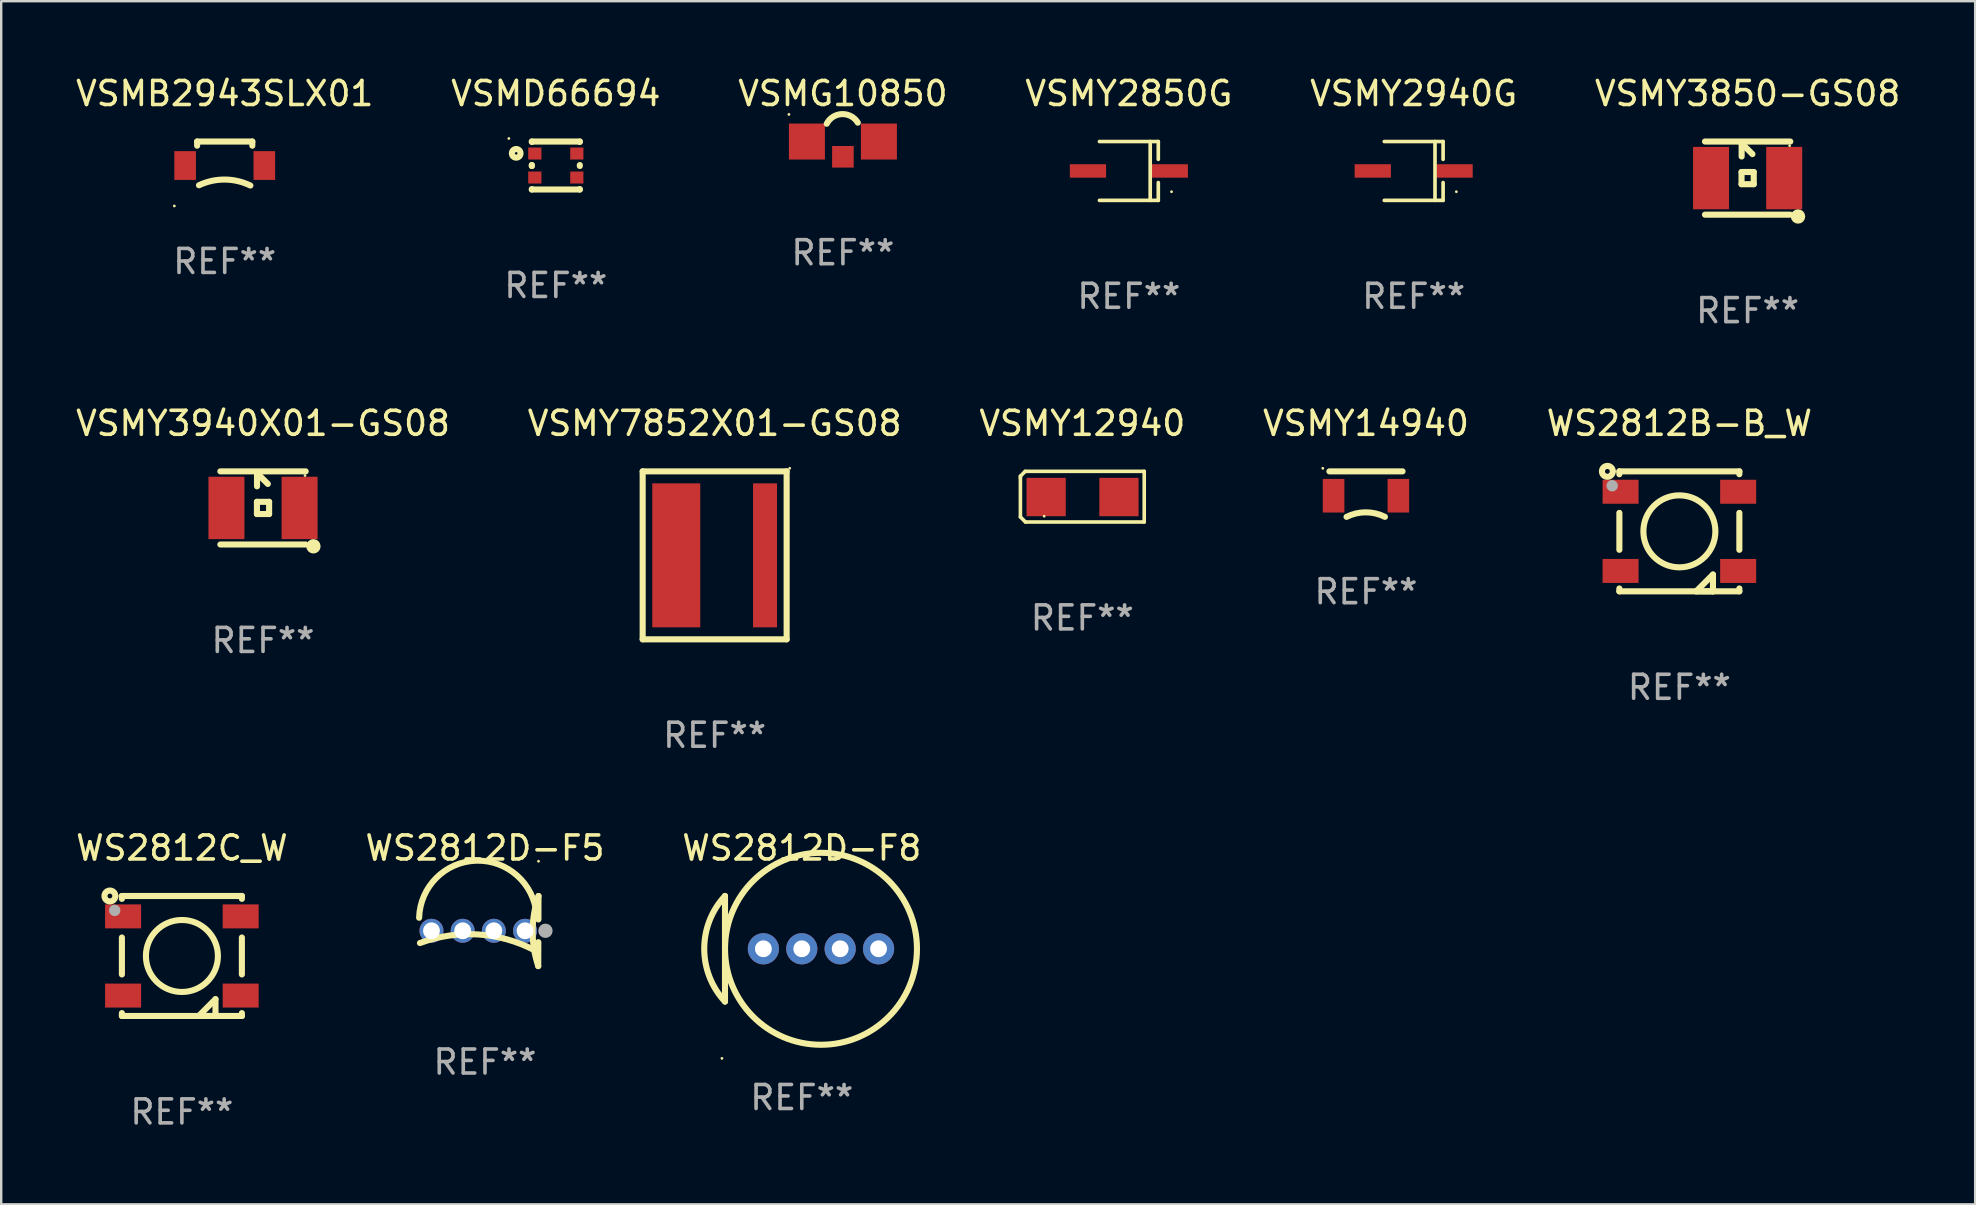
<source format=kicad_pcb>
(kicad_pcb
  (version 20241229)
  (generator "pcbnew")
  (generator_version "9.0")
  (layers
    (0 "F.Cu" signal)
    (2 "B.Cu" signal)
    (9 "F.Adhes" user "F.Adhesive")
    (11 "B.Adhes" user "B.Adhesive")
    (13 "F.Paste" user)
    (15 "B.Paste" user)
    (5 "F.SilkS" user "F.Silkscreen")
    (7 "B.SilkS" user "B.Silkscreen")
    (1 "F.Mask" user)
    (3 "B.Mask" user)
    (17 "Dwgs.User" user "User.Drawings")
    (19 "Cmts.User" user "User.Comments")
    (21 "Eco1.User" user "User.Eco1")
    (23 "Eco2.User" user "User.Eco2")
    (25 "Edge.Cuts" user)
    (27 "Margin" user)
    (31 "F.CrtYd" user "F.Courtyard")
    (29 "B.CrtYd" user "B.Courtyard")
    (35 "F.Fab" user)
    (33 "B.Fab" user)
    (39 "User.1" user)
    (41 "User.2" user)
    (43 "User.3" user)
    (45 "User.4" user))
  (footprint "WS2812D-F8"
    (layer "F.Cu")
    (at 30.363 36.489)
    (property "Reference" "WS2812D-F8" (at 0 -4.2 0) (layer "F.SilkS") (effects (font (size 1 1) (thickness 0.15))))
    (attr through_hole)
    (fp_line (start -3.2 -2.2) (end -3.2 2.2) (stroke (width 0.254) (type solid)) (layer "F.SilkS"))
    (fp_arc (start -3.200025 2.199898) (mid -4.064938 0) (end -3.200025 -2.199898) (stroke (width 0.254001) (type solid)) (layer "F.SilkS"))
    (fp_circle (center -3.327 4.566) (end -3.297 4.566) (stroke (width 0.06) (type solid)) (fill no) (layer "F.SilkS"))
    (fp_circle (center 0.8 0) (end 4.8 0) (stroke (width 0.254) (type solid)) (fill no) (layer "F.SilkS"))
    (fp_text user "REF**" (at 0 6.2 0) (layer "F.Fab") (effects (font (size 1 1) (thickness 0.15))))
    (pad "1" thru_hole circle (at -1.6 0) (size 1.3 1.3) (drill 0.7) (layers "*.Cu" "*.Mask"))
    (pad "2" thru_hole circle (at -0.000127 0) (size 1.3 1.3) (drill 0.7) (layers "*.Cu" "*.Mask"))
    (pad "3" thru_hole circle (at 1.6 0) (size 1.3 1.3) (drill 0.7) (layers "*.Cu" "*.Mask"))
    (pad "4" thru_hole circle (at 3.2 0) (size 1.3 1.3) (drill 0.7) (layers "*.Cu" "*.Mask")))
  (footprint "VSMY14940"
    (layer "F.Cu")
    (at 53.875 17.101)
    (property "Reference" "VSMY14940" (at 0 -2.508 0) (layer "F.SilkS") (effects (font (size 1 1) (thickness 0.15))))
    (attr through_hole)
    (fp_line (start 1.524 -0.508) (end -1.524 -0.508) (stroke (width 0.254) (type solid)) (layer "F.SilkS"))
    (fp_arc (start -0.809919 1.388062) (mid -0.009919 1.199208) (end 0.790081 1.388062) (stroke (width 0.254001) (type solid)) (layer "F.SilkS"))
    (fp_circle (center -1.8 -0.635) (end -1.77 -0.635) (stroke (width 0.06) (type solid)) (fill no) (layer "F.SilkS"))
    (fp_text user "REF**" (at 0 4.508 0) (layer "F.Fab") (effects (font (size 1 1) (thickness 0.15))))
    (pad "1" smd rect (at -1.35 0.508 90) (size 1.4 0.9) (layers "F.Cu" "F.Mask" "F.Paste"))
    (pad "2" smd rect (at 1.35 0.508 90) (size 1.4 0.9) (layers "F.Cu" "F.Mask" "F.Paste")))
  (footprint "WS2812B-B_W"
    (layer "F.Cu")
    (at 66.935 19.093)
    (property "Reference" "WS2812B-B_W" (at 0 -4.5 0) (layer "F.SilkS") (effects (font (size 1 1) (thickness 0.15))))
    (attr through_hole)
    (fp_line (start -2.5 -2.5) (end 2.5 -2.5) (stroke (width 0.254) (type solid)) (layer "F.SilkS"))
    (fp_line (start -2.5 -2.38) (end -2.5 -2.5) (stroke (width 0.254) (type solid)) (layer "F.SilkS"))
    (fp_line (start -2.5 0.77) (end -2.5 -0.77) (stroke (width 0.254) (type solid)) (layer "F.SilkS"))
    (fp_line (start -2.5 2.5) (end -2.5 2.38) (stroke (width 0.254) (type solid)) (layer "F.SilkS"))
    (fp_line (start 0.7 2.5) (end 1.4 1.8) (stroke (width 0.254) (type solid)) (layer "F.SilkS"))
    (fp_line (start 1.4 1.8) (end 1.4 2.5) (stroke (width 0.254) (type solid)) (layer "F.SilkS"))
    (fp_line (start 1.4 2.5) (end 0.7 2.5) (stroke (width 0.254) (type solid)) (layer "F.SilkS"))
    (fp_line (start 1.4 2.5) (end 1.4 2.5) (stroke (width 0.254) (type solid)) (layer "F.SilkS"))
    (fp_line (start 2.5 -2.5) (end 2.5 -2.38) (stroke (width 0.254) (type solid)) (layer "F.SilkS"))
    (fp_line (start 2.5 -0.77) (end 2.5 0.77) (stroke (width 0.254) (type solid)) (layer "F.SilkS"))
    (fp_line (start 2.5 2.38) (end 2.5 2.5) (stroke (width 0.254) (type solid)) (layer "F.SilkS"))
    (fp_line (start 2.5 2.5) (end -2.5 2.5) (stroke (width 0.254) (type solid)) (layer "F.SilkS"))
    (fp_circle (center -3 -2.5) (end -2.9 -2.5) (stroke (width 0.254) (type solid)) (fill no) (layer "F.SilkS"))
    (fp_circle (center -2.704 -2.5) (end -2.674 -2.5) (stroke (width 0.06) (type solid)) (fill no) (layer "F.SilkS"))
    (fp_circle (center 0.001 0.000013) (end 1.501 0.000013) (stroke (width 0.254) (type solid)) (fill no) (layer "F.SilkS"))
    (fp_circle (center -2.8 -1.9) (end -2.68 -1.9) (stroke (width 0.24) (type solid)) (fill no) (layer "F.Fab"))
    (fp_text user "REF**" (at 0 6.5 0) (layer "F.Fab") (effects (font (size 1 1) (thickness 0.15))))
    (pad "1" smd rect (at -2.45 -1.65 180) (size 1.5 1) (layers "F.Cu" "F.Mask" "F.Paste"))
    (pad "2" smd rect (at -2.45 1.65 180) (size 1.5 1) (layers "F.Cu" "F.Mask" "F.Paste"))
    (pad "3" smd rect (at 2.45 1.65 180) (size 1.5 1) (layers "F.Cu" "F.Mask" "F.Paste"))
    (pad "4" smd rect (at 2.45 -1.65 180) (size 1.5 1) (layers "F.Cu" "F.Mask" "F.Paste")))
  (footprint "WS2812C_W"
    (layer "F.Cu")
    (at 4.53 36.789)
    (property "Reference" "WS2812C_W" (at 0 -4.5 0) (layer "F.SilkS") (effects (font (size 1 1) (thickness 0.15))))
    (attr through_hole)
    (fp_line (start -2.5 -2.5) (end 2.5 -2.5) (stroke (width 0.254) (type solid)) (layer "F.SilkS"))
    (fp_line (start -2.5 -2.38) (end -2.5 -2.5) (stroke (width 0.254) (type solid)) (layer "F.SilkS"))
    (fp_line (start -2.5 0.77) (end -2.5 -0.77) (stroke (width 0.254) (type solid)) (layer "F.SilkS"))
    (fp_line (start -2.5 2.5) (end -2.5 2.38) (stroke (width 0.254) (type solid)) (layer "F.SilkS"))
    (fp_line (start 0.7 2.5) (end 1.4 1.8) (stroke (width 0.254) (type solid)) (layer "F.SilkS"))
    (fp_line (start 1.4 1.8) (end 1.4 2.5) (stroke (width 0.254) (type solid)) (layer "F.SilkS"))
    (fp_line (start 1.4 2.5) (end 0.7 2.5) (stroke (width 0.254) (type solid)) (layer "F.SilkS"))
    (fp_line (start 1.4 2.5) (end 1.4 2.5) (stroke (width 0.254) (type solid)) (layer "F.SilkS"))
    (fp_line (start 2.5 -2.5) (end 2.5 -2.38) (stroke (width 0.254) (type solid)) (layer "F.SilkS"))
    (fp_line (start 2.5 -0.77) (end 2.5 0.77) (stroke (width 0.254) (type solid)) (layer "F.SilkS"))
    (fp_line (start 2.5 2.38) (end 2.5 2.5) (stroke (width 0.254) (type solid)) (layer "F.SilkS"))
    (fp_line (start 2.5 2.5) (end -2.5 2.5) (stroke (width 0.254) (type solid)) (layer "F.SilkS"))
    (fp_circle (center -3 -2.5) (end -2.9 -2.5) (stroke (width 0.254) (type solid)) (fill no) (layer "F.SilkS"))
    (fp_circle (center -2.704 -2.5) (end -2.674 -2.5) (stroke (width 0.06) (type solid)) (fill no) (layer "F.SilkS"))
    (fp_circle (center 0.001 0.000013) (end 1.501 0.000013) (stroke (width 0.254) (type solid)) (fill no) (layer "F.SilkS"))
    (fp_circle (center -2.8 -1.9) (end -2.68 -1.9) (stroke (width 0.24) (type solid)) (fill no) (layer "F.Fab"))
    (fp_text user "REF**" (at 0 6.5 0) (layer "F.Fab") (effects (font (size 1 1) (thickness 0.15))))
    (pad "1" smd rect (at -2.45 -1.65 180) (size 1.5 1) (layers "F.Cu" "F.Mask" "F.Paste"))
    (pad "2" smd rect (at -2.45 1.65 180) (size 1.5 1) (layers "F.Cu" "F.Mask" "F.Paste"))
    (pad "3" smd rect (at 2.45 1.65 180) (size 1.5 1) (layers "F.Cu" "F.Mask" "F.Paste"))
    (pad "4" smd rect (at 2.45 -1.65 180) (size 1.5 1) (layers "F.Cu" "F.Mask" "F.Paste")))
  (footprint "VSMB2943SLX01"
    (layer "F.Cu")
    (at 6.315 3.348)
    (property "Reference" "VSMB2943SLX01" (at 0 -2.5 0) (layer "F.SilkS") (effects (font (size 1 1) (thickness 0.15))))
    (attr through_hole)
    (fp_line (start -1.15 -0.5) (end -1.15 -0.326) (stroke (width 0.254) (type solid)) (layer "F.SilkS"))
    (fp_line (start -1.15 -0.5) (end 1.15 -0.5) (stroke (width 0.254) (type solid)) (layer "F.SilkS"))
    (fp_line (start 1.15 -0.326) (end 1.15 -0.5) (stroke (width 0.254) (type solid)) (layer "F.SilkS"))
    (fp_arc (start -1.073076 1.321971) (mid -0.000938 1.084695) (end 1.068606 1.333401) (stroke (width 0.254001) (type solid)) (layer "F.SilkS"))
    (fp_circle (center -2.1 2.186) (end -2.07 2.186) (stroke (width 0.06) (type solid)) (fill no) (layer "F.SilkS"))
    (fp_text user "REF**" (at 0 4.5 0) (layer "F.Fab") (effects (font (size 1 1) (thickness 0.15))))
    (pad "1" smd rect (at -1.65 0.5 90) (size 1.2 0.9) (layers "F.Cu" "F.Mask" "F.Paste"))
    (pad "2" smd rect (at 1.65 0.5 90) (size 1.2 0.9) (layers "F.Cu" "F.Mask" "F.Paste")))
  (footprint "VSMY2850G"
    (layer "F.Cu")
    (at 43.994 4.074)
    (property "Reference" "VSMY2850G" (at 0 -3.226 0) (layer "F.SilkS") (effects (font (size 1 1) (thickness 0.15))))
    (attr through_hole)
    (fp_line (start -1.226 -1.226) (end 1.226 -1.226) (stroke (width 0.152) (type solid)) (layer "F.SilkS"))
    (fp_line (start -1.226 1.226) (end 1.226 1.226) (stroke (width 0.152) (type solid)) (layer "F.SilkS"))
    (fp_line (start 0.889 -1.226) (end 0.889 1.226) (stroke (width 0.152) (type solid)) (layer "F.SilkS"))
    (fp_line (start 1.226 -1.226) (end 1.226 -0.483) (stroke (width 0.152) (type solid)) (layer "F.SilkS"))
    (fp_line (start 1.226 1.226) (end 1.226 0.483) (stroke (width 0.152) (type solid)) (layer "F.SilkS"))
    (fp_circle (center 1.778 0.866) (end 1.808 0.866) (stroke (width 0.06) (type solid)) (fill no) (layer "F.SilkS"))
    (fp_text user "REF**" (at 0 5.226 0) (layer "F.Fab") (effects (font (size 1 1) (thickness 0.15))))
    (pad "1" smd rect (at 1.705 0 180) (size 1.51 0.56) (layers "F.Cu" "F.Mask" "F.Paste"))
    (pad "2" smd rect (at -1.705 0 180) (size 1.51 0.56) (layers "F.Cu" "F.Mask" "F.Paste")))
  (footprint "VSMD66694"
    (layer "F.Cu")
    (at 20.113 3.848)
    (property "Reference" "VSMD66694" (at 0 -3 0) (layer "F.SilkS") (effects (font (size 1 1) (thickness 0.15))))
    (attr through_hole)
    (fp_line (start -1 -1) (end -1 -0.981) (stroke (width 0.254) (type solid)) (layer "F.SilkS"))
    (fp_line (start -1 -1) (end 1 -1) (stroke (width 0.254) (type solid)) (layer "F.SilkS"))
    (fp_line (start -1 -0.019) (end -1 0.019) (stroke (width 0.254) (type solid)) (layer "F.SilkS"))
    (fp_line (start -1 0.019) (end -1 -0.019) (stroke (width 0.254) (type solid)) (layer "F.SilkS"))
    (fp_line (start -1 1) (end -1 0.981) (stroke (width 0.254) (type solid)) (layer "F.SilkS"))
    (fp_line (start -1 1) (end 1 1) (stroke (width 0.254) (type solid)) (layer "F.SilkS"))
    (fp_line (start 1 -1) (end 1 -0.981) (stroke (width 0.254) (type solid)) (layer "F.SilkS"))
    (fp_line (start 1 -0.019) (end 1 0.019) (stroke (width 0.254) (type solid)) (layer "F.SilkS"))
    (fp_line (start 1 0.981) (end 1 1) (stroke (width 0.254) (type solid)) (layer "F.SilkS"))
    (fp_circle (center -1.958 -1.127) (end -1.928 -1.127) (stroke (width 0.06) (type solid)) (fill no) (layer "F.SilkS"))
    (fp_circle (center -1.651 -0.508) (end -1.471 -0.508) (stroke (width 0.254) (type solid)) (fill no) (layer "F.SilkS"))
    (fp_text user "REF**" (at 0 5 0) (layer "F.Fab") (effects (font (size 1 1) (thickness 0.15))))
    (pad "1" smd rect (at -0.875 -0.5) (size 0.55 0.5) (layers "F.Cu" "F.Mask" "F.Paste"))
    (pad "2" smd rect (at -0.875 0.5) (size 0.55 0.5) (layers "F.Cu" "F.Mask" "F.Paste"))
    (pad "3" smd rect (at 0.875 0.5) (size 0.55 0.5) (layers "F.Cu" "F.Mask" "F.Paste"))
    (pad "4" smd rect (at 0.875 -0.5) (size 0.55 0.5) (layers "F.Cu" "F.Mask" "F.Paste")))
  (footprint "VSMY3850-GS08"
    (layer "F.Cu")
    (at 69.78 4.372)
    (property "Reference" "VSMY3850-GS08" (at 0 -3.524 0) (layer "F.SilkS") (effects (font (size 1 1) (thickness 0.15))))
    (attr through_hole)
    (fp_line (start -0.254 -0.254) (end -0.254 0.254) (stroke (width 0.254) (type solid)) (layer "F.SilkS"))
    (fp_line (start -0.254 0.254) (end 0.254 0.254) (stroke (width 0.254) (type solid)) (layer "F.SilkS"))
    (fp_line (start -0.25 -1.45) (end 0.2 -1) (stroke (width 0.254) (type solid)) (layer "F.SilkS"))
    (fp_line (start -0.25 -0.9) (end -0.25 -1.45) (stroke (width 0.254) (type solid)) (layer "F.SilkS"))
    (fp_line (start 0.254 -0.254) (end -0.254 -0.254) (stroke (width 0.254) (type solid)) (layer "F.SilkS"))
    (fp_line (start 0.254 0.254) (end 0.254 -0.254) (stroke (width 0.254) (type solid)) (layer "F.SilkS"))
    (fp_line (start 1.778 -1.524) (end -1.778 -1.524) (stroke (width 0.254) (type solid)) (layer "F.SilkS"))
    (fp_line (start 1.778 1.524) (end -1.778 1.524) (stroke (width 0.254) (type solid)) (layer "F.SilkS"))
    (fp_circle (center 1.75 -1.35) (end 1.78 -1.35) (stroke (width 0.06) (type solid)) (fill no) (layer "F.SilkS"))
    (fp_circle (center 2.1 1.6) (end 2.25 1.6) (stroke (width 0.3) (type solid)) (fill no) (layer "F.SilkS"))
    (fp_text user "REF**" (at 0 5.524 0) (layer "F.Fab") (effects (font (size 1 1) (thickness 0.15))))
    (pad "1" smd rect (at 1.524 -0.000051 180) (size 1.5 2.6) (layers "F.Cu" "F.Mask" "F.Paste"))
    (pad "2" smd rect (at -1.524 -0.000051 180) (size 1.5 2.6) (layers "F.Cu" "F.Mask" "F.Paste")))
  (footprint "WS2812D-F5"
    (layer "F.Cu")
    (at 17.161 35.75)
    (property "Reference" "WS2812D-F5" (at 0 -3.46 0) (layer "F.SilkS") (effects (font (size 1 1) (thickness 0.15))))
    (attr through_hole)
    (fp_line (start 2.223 0.465) (end 2.219 1.46) (stroke (width 0.254) (type solid)) (layer "F.SilkS"))
    (fp_line (start 2.23 -1.46) (end 2.227 -0.483) (stroke (width 0.254) (type solid)) (layer "F.SilkS"))
    (fp_arc (start -2.744704 -0.553975) (mid -0.362217 -2.932822) (end 2.149505 -0.690856) (stroke (width 0.254001) (type solid)) (layer "F.SilkS"))
    (fp_arc (start -2.71049 0.499162) (mid -0.290117 0.141785) (end 2.066167 0.800458) (stroke (width 0.254001) (type solid)) (layer "F.SilkS"))
    (fp_arc (start 2.219278 1.46035) (mid 1.985795 -0.000915) (end 2.230455 -1.460351) (stroke (width 0.254001) (type solid)) (layer "F.SilkS"))
    (fp_circle (center 2.231 -2.91) (end 2.261 -2.91) (stroke (width 0.06) (type solid)) (fill no) (layer "F.SilkS"))
    (fp_circle (center 2.52 -0.011) (end 2.67 -0.011) (stroke (width 0.3) (type solid)) (fill no) (layer "F.Fab"))
    (fp_text user "REF**" (at 0 5.46 0) (layer "F.Fab") (effects (font (size 1 1) (thickness 0.15))))
    (pad "1" thru_hole circle (at 1.669 -0.011) (size 1 1) (drill 0.7) (layers "*.Cu" "*.Mask"))
    (pad "2" thru_hole circle (at 0.369 -0.011) (size 1 1) (drill 0.7) (layers "*.Cu" "*.Mask"))
    (pad "3" thru_hole circle (at -0.93 -0.011) (size 1 1) (drill 0.7) (layers "*.Cu" "*.Mask"))
    (pad "4" thru_hole circle (at -2.23 -0.011) (size 1 1) (drill 0.7) (layers "*.Cu" "*.Mask")))
  (footprint "VSMY3940X01-GS08"
    (layer "F.Cu")
    (at 7.911 18.117)
    (property "Reference" "VSMY3940X01-GS08" (at 0 -3.524 0) (layer "F.SilkS") (effects (font (size 1 1) (thickness 0.15))))
    (attr through_hole)
    (fp_line (start -0.254 -0.254) (end -0.254 0.254) (stroke (width 0.254) (type solid)) (layer "F.SilkS"))
    (fp_line (start -0.254 0.254) (end 0.254 0.254) (stroke (width 0.254) (type solid)) (layer "F.SilkS"))
    (fp_line (start -0.25 -1.45) (end 0.2 -1) (stroke (width 0.254) (type solid)) (layer "F.SilkS"))
    (fp_line (start -0.25 -0.9) (end -0.25 -1.45) (stroke (width 0.254) (type solid)) (layer "F.SilkS"))
    (fp_line (start 0.254 -0.254) (end -0.254 -0.254) (stroke (width 0.254) (type solid)) (layer "F.SilkS"))
    (fp_line (start 0.254 0.254) (end 0.254 -0.254) (stroke (width 0.254) (type solid)) (layer "F.SilkS"))
    (fp_line (start 1.778 -1.524) (end -1.778 -1.524) (stroke (width 0.254) (type solid)) (layer "F.SilkS"))
    (fp_line (start 1.778 1.524) (end -1.778 1.524) (stroke (width 0.254) (type solid)) (layer "F.SilkS"))
    (fp_circle (center 1.75 -1.35) (end 1.78 -1.35) (stroke (width 0.06) (type solid)) (fill no) (layer "F.SilkS"))
    (fp_circle (center 2.1 1.6) (end 2.25 1.6) (stroke (width 0.3) (type solid)) (fill no) (layer "F.SilkS"))
    (fp_text user "REF**" (at 0 5.524 0) (layer "F.Fab") (effects (font (size 1 1) (thickness 0.15))))
    (pad "1" smd rect (at 1.524 -0.000051 180) (size 1.5 2.6) (layers "F.Cu" "F.Mask" "F.Paste"))
    (pad "2" smd rect (at -1.524 -0.000051 180) (size 1.5 2.6) (layers "F.Cu" "F.Mask" "F.Paste")))
  (footprint "VSMY7852X01-GS08"
    (layer "F.Cu")
    (at 26.732 20.093)
    (property "Reference" "VSMY7852X01-GS08" (at 0 -5.5 0) (layer "F.SilkS") (effects (font (size 1 1) (thickness 0.15))))
    (attr through_hole)
    (fp_line (start -3 -3.5) (end -3 3.5) (stroke (width 0.254) (type solid)) (layer "F.SilkS"))
    (fp_line (start -3 3.5) (end 3 3.5) (stroke (width 0.254) (type solid)) (layer "F.SilkS"))
    (fp_line (start 3 -3.5) (end -3 -3.5) (stroke (width 0.254) (type solid)) (layer "F.SilkS"))
    (fp_line (start 3 -3.5) (end 3 3.5) (stroke (width 0.254) (type solid)) (layer "F.SilkS"))
    (fp_circle (center 3.127 -3.627) (end 3.157 -3.627) (stroke (width 0.06) (type solid)) (fill no) (layer "F.SilkS"))
    (fp_text user "REF**" (at 0 7.5 0) (layer "F.Fab") (effects (font (size 1 1) (thickness 0.15))))
    (pad "1" smd rect (at 2.1 0.000025) (size 1 6) (layers "F.Cu" "F.Mask" "F.Paste"))
    (pad "2" smd rect (at -1.6 0.000025) (size 2 6) (layers "F.Cu" "F.Mask" "F.Paste")))
  (footprint "VSMG10850"
    (layer "F.Cu")
    (at 32.077 3.166)
    (property "Reference" "VSMG10850" (at 0 -2.318 0) (layer "F.SilkS") (effects (font (size 1 1) (thickness 0.15))))
    (attr through_hole)
    (fp_arc (start -0.674599 -1.058674) (mid -0.040492 -1.46131) (end 0.62065 -1.104801) (stroke (width 0.254001) (type solid)) (layer "F.SilkS"))
    (fp_circle (center -2.25 -1.448) (end -2.22 -1.448) (stroke (width 0.06) (type solid)) (fill no) (layer "F.SilkS"))
    (fp_text user "REF**" (at 0 4.318 0) (layer "F.Fab") (effects (font (size 1 1) (thickness 0.15))))
    (pad "1" smd rect (at -1.5 -0.318 180) (size 1.5 1.5) (layers "F.Cu" "F.Mask" "F.Paste"))
    (pad "2" smd rect (at 1.5 -0.318 180) (size 1.5 1.5) (layers "F.Cu" "F.Mask" "F.Paste"))
    (pad "3" smd rect (at 0.000127 0.318 180) (size 0.9 0.9) (layers "F.Cu" "F.Mask" "F.Paste")))
  (footprint "VSMY12940"
    (layer "F.Cu")
    (at 42.054 17.648)
    (property "Reference" "VSMY12940" (at 0 -3.055 0) (layer "F.SilkS") (effects (font (size 1 1) (thickness 0.15))))
    (attr through_hole)
    (fp_line (start -2.58 -0.855) (end -2.38 -1.055) (stroke (width 0.15) (type solid)) (layer "F.SilkS"))
    (fp_line (start -2.58 -0.775) (end -2.58 -0.855) (stroke (width 0.15) (type solid)) (layer "F.SilkS"))
    (fp_line (start -2.58 -0.775) (end -2.58 0.845) (stroke (width 0.15) (type solid)) (layer "F.SilkS"))
    (fp_line (start -2.58 0.845) (end -2.37 1.055) (stroke (width 0.15) (type solid)) (layer "F.SilkS"))
    (fp_line (start -2.38 -1.055) (end 2.58 -1.055) (stroke (width 0.15) (type solid)) (layer "F.SilkS"))
    (fp_line (start 2.58 -1.055) (end 2.58 1.055) (stroke (width 0.15) (type solid)) (layer "F.SilkS"))
    (fp_line (start 2.58 1.055) (end -2.37 1.055) (stroke (width 0.15) (type solid)) (layer "F.SilkS"))
    (fp_circle (center -1.59 0.815) (end -1.56 0.815) (stroke (width 0.06) (type solid)) (fill no) (layer "F.SilkS"))
    (fp_text user "REF**" (at 0 5.055 0) (layer "F.Fab") (effects (font (size 1 1) (thickness 0.15))))
    (pad "1" smd rect (at -1.507 0.015) (size 1.635 1.6) (layers "F.Cu" "F.Mask" "F.Paste"))
    (pad "2" smd rect (at 1.527 0.015) (size 1.635 1.6) (layers "F.Cu" "F.Mask" "F.Paste")))
  (footprint "VSMY2940G"
    (layer "F.Cu")
    (at 55.863 4.074)
    (property "Reference" "VSMY2940G" (at 0 -3.226 0) (layer "F.SilkS") (effects (font (size 1 1) (thickness 0.15))))
    (attr through_hole)
    (fp_line (start -1.226 -1.226) (end 1.226 -1.226) (stroke (width 0.152) (type solid)) (layer "F.SilkS"))
    (fp_line (start -1.226 1.226) (end 1.226 1.226) (stroke (width 0.152) (type solid)) (layer "F.SilkS"))
    (fp_line (start 0.889 -1.226) (end 0.889 1.226) (stroke (width 0.152) (type solid)) (layer "F.SilkS"))
    (fp_line (start 1.226 -1.226) (end 1.226 -0.483) (stroke (width 0.152) (type solid)) (layer "F.SilkS"))
    (fp_line (start 1.226 1.226) (end 1.226 0.483) (stroke (width 0.152) (type solid)) (layer "F.SilkS"))
    (fp_circle (center 1.778 0.866) (end 1.808 0.866) (stroke (width 0.06) (type solid)) (fill no) (layer "F.SilkS"))
    (fp_text user "REF**" (at 0 5.226 0) (layer "F.Fab") (effects (font (size 1 1) (thickness 0.15))))
    (pad "1" smd rect (at 1.705 0 180) (size 1.51 0.56) (layers "F.Cu" "F.Mask" "F.Paste"))
    (pad "2" smd rect (at -1.705 0 180) (size 1.51 0.56) (layers "F.Cu" "F.Mask" "F.Paste")))
  (gr_rect
    (start -3 -3)
    (end 79.262 47.138)
    (stroke (width 0.1) (type default))
    (fill no)
    (layer "Edge.Cuts")))
</source>
